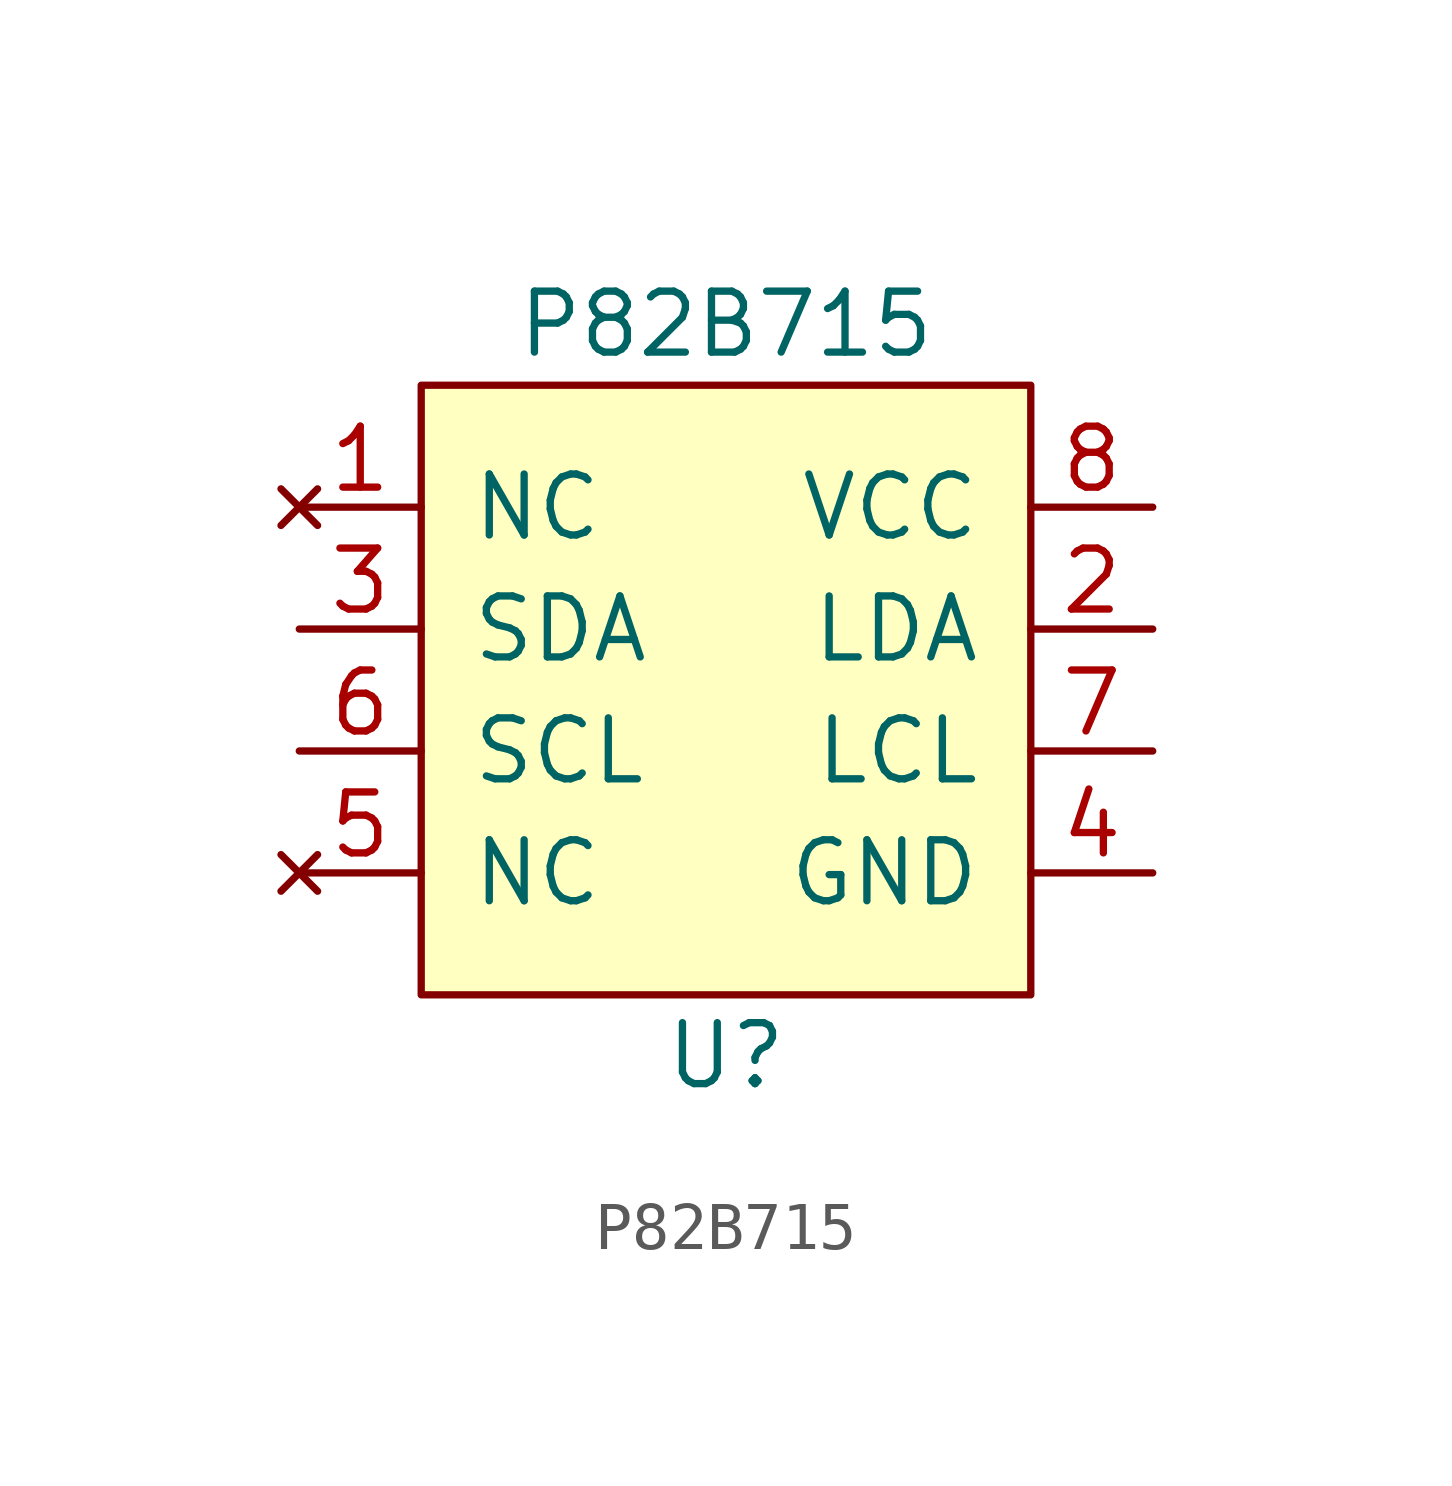
<source format=kicad_sym>
(kicad_symbol_lib
  (version 20220914)
  (generator kicad_symbol_editor)
  (symbol "P82B715"
    (pin_names
      (offset 1.016))
    (property "Reference" "U"
      (at 0 -7.62 0)
      (effects (font (size 1.27 1.27))))
    (property "Value" "P82B715"
      (at 0 7.62 0)
      (effects (font (size 1.27 1.27))))
    (symbol "P82B715_0_1"
      (rectangle (start -6.35 6.35) (end 6.35 -6.35) (stroke (width 0) (type solid)) (fill (type background))))
    (symbol "P82B715_1_1"
      (pin no_connect line (at -8.89 3.81 0) (length 2.54) (name "NC" (effects (font (size 1.27 1.27)))) (number "1" (effects (font (size 1.27 1.27)))))
      (pin open_collector line (at 8.89 1.27 180) (length 2.54) (name "LDA" (effects (font (size 1.27 1.27)))) (number "2" (effects (font (size 1.27 1.27)))))
      (pin open_collector line (at -8.89 1.27 0) (length 2.54) (name "SDA" (effects (font (size 1.27 1.27)))) (number "3" (effects (font (size 1.27 1.27)))))
      (pin power_in line (at 8.89 -3.81 180) (length 2.54) (name "GND" (effects (font (size 1.27 1.27)))) (number "4" (effects (font (size 1.27 1.27)))))
      (pin no_connect line (at -8.89 -3.81 0) (length 2.54) (name "NC" (effects (font (size 1.27 1.27)))) (number "5" (effects (font (size 1.27 1.27)))))
      (pin open_collector line (at -8.89 -1.27 0) (length 2.54) (name "SCL" (effects (font (size 1.27 1.27)))) (number "6" (effects (font (size 1.27 1.27)))))
      (pin open_collector line (at 8.89 -1.27 180) (length 2.54) (name "LCL" (effects (font (size 1.27 1.27)))) (number "7" (effects (font (size 1.27 1.27)))))
      (pin power_in line (at 8.89 3.81 180) (length 2.54) (name "VCC" (effects (font (size 1.27 1.27)))) (number "8" (effects (font (size 1.27 1.27))))))))
</source>
